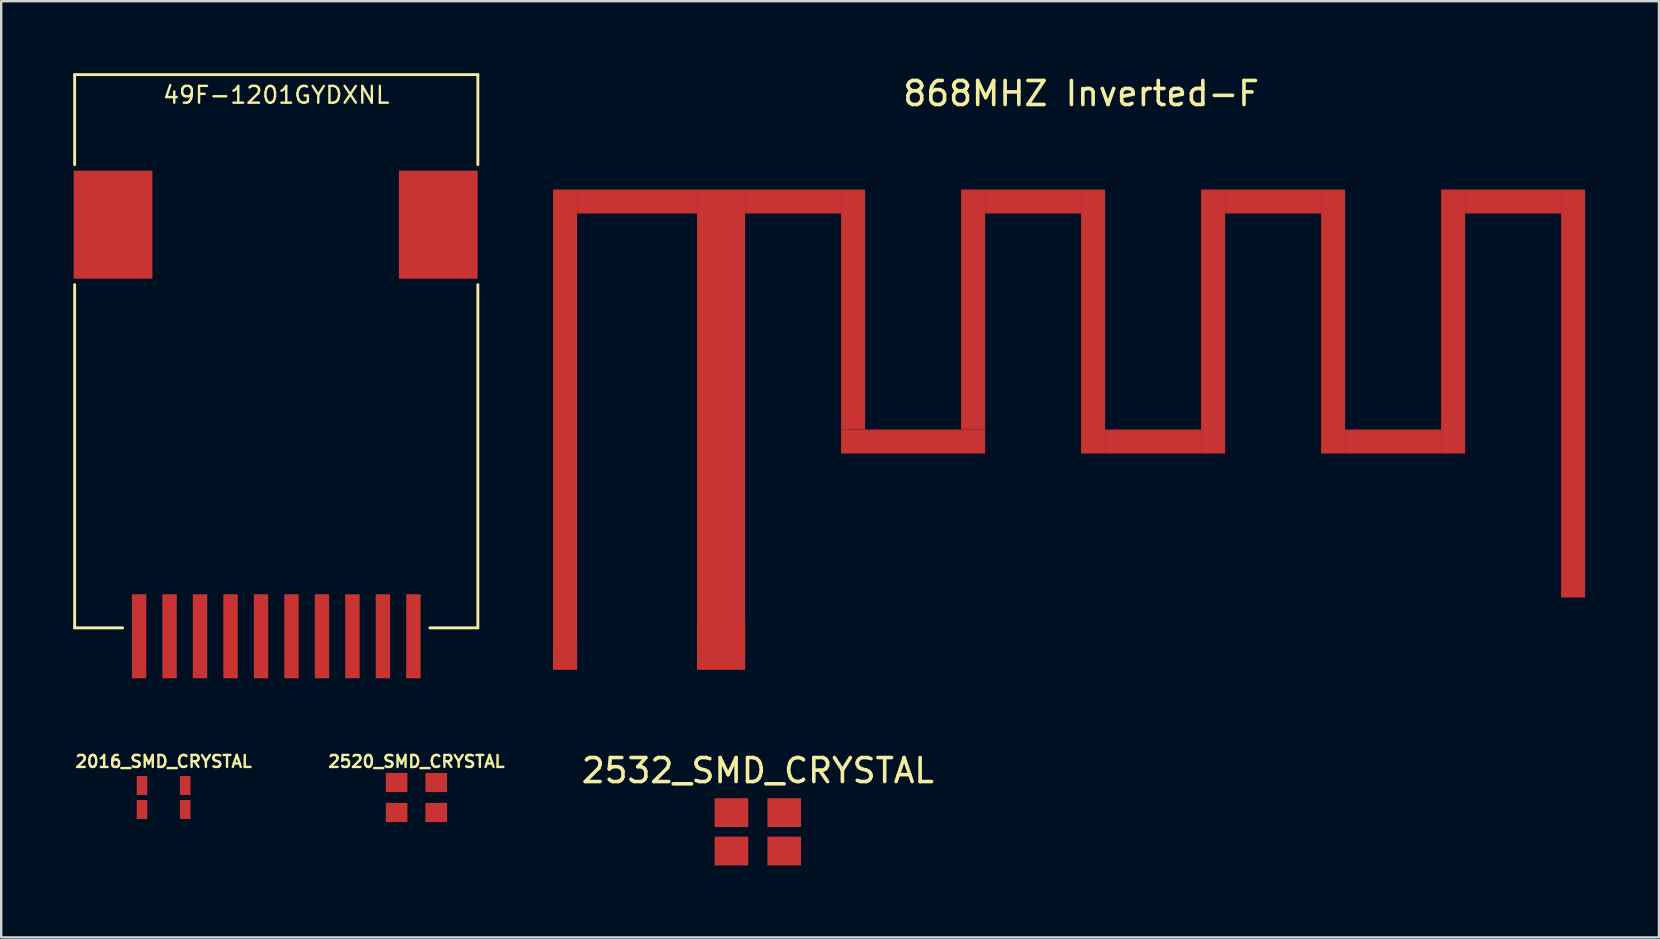
<source format=kicad_pcb>
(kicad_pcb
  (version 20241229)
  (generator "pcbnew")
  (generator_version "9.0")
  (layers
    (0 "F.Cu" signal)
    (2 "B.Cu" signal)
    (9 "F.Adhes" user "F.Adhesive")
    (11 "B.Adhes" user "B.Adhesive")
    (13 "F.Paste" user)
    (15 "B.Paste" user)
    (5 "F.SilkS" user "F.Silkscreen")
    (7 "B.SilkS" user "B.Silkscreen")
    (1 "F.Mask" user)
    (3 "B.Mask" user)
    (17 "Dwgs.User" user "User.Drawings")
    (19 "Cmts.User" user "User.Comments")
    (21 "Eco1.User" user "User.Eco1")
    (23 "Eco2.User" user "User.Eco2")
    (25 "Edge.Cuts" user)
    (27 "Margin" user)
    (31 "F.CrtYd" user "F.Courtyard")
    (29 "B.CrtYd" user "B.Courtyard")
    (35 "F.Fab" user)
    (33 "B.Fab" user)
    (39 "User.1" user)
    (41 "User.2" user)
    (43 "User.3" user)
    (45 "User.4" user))
  (footprint "2532_SMD_CRYSTAL"
    (layer "F.Cu")
    (at 28.525 31.608)
    (property "Reference" "2532_SMD_CRYSTAL" (at 0 -2.55 0) (layer "F.SilkS") (effects (font (size 1 1) (thickness 0.15))))
    (attr through_hole)
    (pad "1" smd rect (at -1.1 0.8) (size 1.4 1.2) (layers "F.Cu" "F.Mask" "F.Paste"))
    (pad "2" smd rect (at 1.1 0.8) (size 1.4 1.2) (layers "F.Cu" "F.Mask" "F.Paste"))
    (pad "3" smd rect (at 1.1 -0.8) (size 1.4 1.2) (layers "F.Cu" "F.Mask" "F.Paste"))
    (pad "4" smd rect (at -1.1 -0.8) (size 1.4 1.2) (layers "F.Cu" "F.Mask" "F.Paste")))
  (footprint "49F-1201GYDXNL"
    (layer "F.Cu")
    (at 8.46 6.31)
    (property "Reference" "49F-1201GYDXNL" (at 0 -5.4 0) (layer "F.SilkS") (effects (font (size 0.7 0.7) (thickness 0.1))))
    (attr through_hole)
    (fp_line (start -8.4 -6.25) (end -8.4 -2.5) (stroke (width 0.12) (type solid)) (layer "F.SilkS"))
    (fp_line (start -8.4 2.5) (end -8.4 16.8) (stroke (width 0.12) (type solid)) (layer "F.SilkS"))
    (fp_line (start -8.4 16.8) (end -6.4 16.8) (stroke (width 0.12) (type solid)) (layer "F.SilkS"))
    (fp_line (start 6.4 16.8) (end 8.4 16.8) (stroke (width 0.12) (type solid)) (layer "F.SilkS"))
    (fp_line (start 8.4 -6.25) (end -8.4 -6.25) (stroke (width 0.12) (type solid)) (layer "F.SilkS"))
    (fp_line (start 8.4 -2.5) (end 8.4 -6.25) (stroke (width 0.12) (type solid)) (layer "F.SilkS"))
    (fp_line (start 8.4 2.5) (end 8.4 16.8) (stroke (width 0.12) (type solid)) (layer "F.SilkS"))
    (fp_line (start -8.4 -4.6) (end -3.2 -4.6) (stroke (width 0.12) (type solid)) (layer "Eco1.User"))
    (fp_line (start -3.2 -4.6) (end -3.2 -6.25) (stroke (width 0.12) (type solid)) (layer "Eco1.User"))
    (fp_line (start 3.2 -4.6) (end 3.2 -6.25) (stroke (width 0.12) (type solid)) (layer "Eco1.User"))
    (fp_line (start 3.2 -4.6) (end 8.4 -4.6) (stroke (width 0.12) (type solid)) (layer "Eco1.User"))
    (fp_text user "Green" (at 5.8 -5.4 0) (layer "Eco1.User") (effects (font (size 1 1) (thickness 0.15))))
    (fp_text user "Yellow" (at -5.8 -5.4 0) (layer "Eco1.User") (effects (font (size 1 1) (thickness 0.15))))
    (pad "1" smd rect (at 3.175 17.15) (size 0.6 3.5) (layers "F.Cu" "F.Mask" "F.Paste"))
    (pad "2" smd rect (at 1.905 17.15) (size 0.6 3.5) (layers "F.Cu" "F.Mask" "F.Paste"))
    (pad "3" smd rect (at 0.635 17.15) (size 0.6 3.5) (layers "F.Cu" "F.Mask" "F.Paste"))
    (pad "6" smd rect (at -0.635 17.15) (size 0.6 3.5) (layers "F.Cu" "F.Mask" "F.Paste"))
    (pad "7" smd rect (at -1.905 17.15) (size 0.6 3.5) (layers "F.Cu" "F.Mask" "F.Paste"))
    (pad "8" smd rect (at -3.175 17.15) (size 0.6 3.5) (layers "F.Cu" "F.Mask" "F.Paste"))
    (pad "9" smd rect (at 5.715 17.15) (size 0.6 3.5) (layers "F.Cu" "F.Mask" "F.Paste"))
    (pad "10" smd rect (at 4.445 17.15) (size 0.6 3.5) (layers "F.Cu" "F.Mask" "F.Paste"))
    (pad "11" smd rect (at -4.445 17.15) (size 0.6 3.5) (layers "F.Cu" "F.Mask" "F.Paste"))
    (pad "12" smd rect (at -5.715 17.15) (size 0.6 3.5) (layers "F.Cu" "F.Mask" "F.Paste"))
    (pad "SH" smd rect (at -6.8 0) (size 3.28 4.5) (layers "F.Cu" "F.Mask" "F.Paste"))
    (pad "SH" smd rect (at 6.75 0) (size 3.28 4.5) (layers "F.Cu" "F.Mask" "F.Paste")))
  (footprint "868MHZ Inverted-F"
    (layer "F.Cu")
    (at 25.995 21.848)
    (property "Reference" "868MHZ Inverted-F" (at 16 -21 0) (layer "F.SilkS") (effects (font (size 1 1) (thickness 0.15))))
    (attr through_hole)
    (fp_poly (pts (xy -5 -17) (xy -6 -17) (xy -6 3) (xy -5 3)) (stroke (width 0) (type solid)) (fill yes) (layer "F.Cu"))
    (fp_poly (pts (xy 0 -17) (xy 0 -16) (xy -5 -16) (xy -5 -17)) (stroke (width 0) (type solid)) (fill yes) (layer "F.Cu"))
    (fp_poly (pts (xy 0 3) (xy 2 3) (xy 2 -17) (xy 0 -17)) (stroke (width 0) (type solid)) (fill yes) (layer "F.Cu"))
    (fp_poly (pts (xy 2 -17) (xy 6 -17) (xy 6 -16) (xy 2 -16)) (stroke (width 0) (type solid)) (fill yes) (layer "F.Cu"))
    (fp_poly (pts (xy 6 -17) (xy 6 -7) (xy 7 -7) (xy 7 -17)) (stroke (width 0) (type solid)) (fill yes) (layer "F.Cu"))
    (fp_poly (pts (xy 6 -7) (xy 12 -7) (xy 12 -6) (xy 6 -6)) (stroke (width 0) (type solid)) (fill yes) (layer "F.Cu"))
    (fp_poly (pts (xy 11 -7) (xy 11 -17) (xy 12 -17) (xy 12 -7)) (stroke (width 0) (type solid)) (fill yes) (layer "F.Cu"))
    (fp_poly (pts (xy 12 -17) (xy 16 -17) (xy 16 -16) (xy 12 -16)) (stroke (width 0) (type solid)) (fill yes) (layer "F.Cu"))
    (fp_poly (pts (xy 16 -17) (xy 16 -6) (xy 17 -6) (xy 17 -17)) (stroke (width 0) (type solid)) (fill yes) (layer "F.Cu"))
    (fp_poly (pts (xy 17 -7) (xy 21 -7) (xy 21 -6) (xy 17 -6)) (stroke (width 0) (type solid)) (fill yes) (layer "F.Cu"))
    (fp_poly (pts (xy 21 -6) (xy 22 -6) (xy 22 -17) (xy 21 -17)) (stroke (width 0) (type solid)) (fill yes) (layer "F.Cu"))
    (fp_poly (pts (xy 22 -17) (xy 26 -17) (xy 26 -16) (xy 22 -16)) (stroke (width 0) (type solid)) (fill yes) (layer "F.Cu"))
    (fp_poly (pts (xy 26 -17) (xy 26 -6) (xy 27 -6) (xy 27 -17)) (stroke (width 0) (type solid)) (fill yes) (layer "F.Cu"))
    (fp_poly (pts (xy 27 -7) (xy 31 -7) (xy 31 -6) (xy 27 -6)) (stroke (width 0) (type solid)) (fill yes) (layer "F.Cu"))
    (fp_poly (pts (xy 31 -6) (xy 32 -6) (xy 32 -17) (xy 31 -17)) (stroke (width 0) (type solid)) (fill yes) (layer "F.Cu"))
    (fp_poly (pts (xy 32 -17) (xy 36 -17) (xy 36 -16) (xy 32 -16)) (stroke (width 0) (type solid)) (fill yes) (layer "F.Cu"))
    (fp_poly (pts (xy 36 -17) (xy 36 -1) (xy 36 0) (xy 37 0) (xy 37 -17)) (stroke (width 0) (type solid)) (fill yes) (layer "F.Cu"))
    (fp_poly (pts (xy -5 -17) (xy -6 -17) (xy -6 3) (xy -5 3)) (stroke (width 0.15) (type solid)) (fill yes) (layer "F.Mask"))
    (fp_poly (pts (xy 0 -17) (xy 0 -16) (xy -5 -16) (xy -5 -17)) (stroke (width 0.15) (type solid)) (fill yes) (layer "F.Mask"))
    (fp_poly (pts (xy 0 3) (xy 2 3) (xy 2 -17) (xy 0 -17)) (stroke (width 0.15) (type solid)) (fill yes) (layer "F.Mask"))
    (fp_poly (pts (xy 2 -17) (xy 6 -17) (xy 6 -16) (xy 2 -16)) (stroke (width 0.15) (type solid)) (fill yes) (layer "F.Mask"))
    (fp_poly (pts (xy 6 -17) (xy 6 -7) (xy 7 -7) (xy 7 -17)) (stroke (width 0.15) (type solid)) (fill yes) (layer "F.Mask"))
    (fp_poly (pts (xy 6 -7) (xy 12 -7) (xy 12 -6) (xy 6 -6)) (stroke (width 0.15) (type solid)) (fill yes) (layer "F.Mask"))
    (fp_poly (pts (xy 11 -7) (xy 11 -17) (xy 12 -17) (xy 12 -7)) (stroke (width 0.15) (type solid)) (fill yes) (layer "F.Mask"))
    (fp_poly (pts (xy 12 -17) (xy 16 -17) (xy 16 -16) (xy 12 -16)) (stroke (width 0.15) (type solid)) (fill yes) (layer "F.Mask"))
    (fp_poly (pts (xy 16 -17) (xy 16 -6) (xy 17 -6) (xy 17 -17)) (stroke (width 0.15) (type solid)) (fill yes) (layer "F.Mask"))
    (fp_poly (pts (xy 17 -7) (xy 21 -7) (xy 21 -6) (xy 17 -6)) (stroke (width 0.15) (type solid)) (fill yes) (layer "F.Mask"))
    (fp_poly (pts (xy 21 -6) (xy 22 -6) (xy 22 -17) (xy 21 -17)) (stroke (width 0.15) (type solid)) (fill yes) (layer "F.Mask"))
    (fp_poly (pts (xy 22 -17) (xy 26 -17) (xy 26 -16) (xy 22 -16)) (stroke (width 0.15) (type solid)) (fill yes) (layer "F.Mask"))
    (fp_poly (pts (xy 26 -17) (xy 26 -6) (xy 27 -6) (xy 27 -17)) (stroke (width 0.15) (type solid)) (fill yes) (layer "F.Mask"))
    (fp_poly (pts (xy 27 -7) (xy 31 -7) (xy 31 -6) (xy 27 -6)) (stroke (width 0.15) (type solid)) (fill yes) (layer "F.Mask"))
    (fp_poly (pts (xy 31 -6) (xy 32 -6) (xy 32 -17) (xy 31 -17)) (stroke (width 0.15) (type solid)) (fill yes) (layer "F.Mask"))
    (fp_poly (pts (xy 32 -17) (xy 36 -17) (xy 36 -16) (xy 32 -16)) (stroke (width 0.15) (type solid)) (fill yes) (layer "F.Mask"))
    (fp_poly (pts (xy 36 -17) (xy 36 -1) (xy 36 0) (xy 37 0) (xy 37 -17)) (stroke (width 0.15) (type solid)) (fill yes) (layer "F.Mask"))
    (pad "1" smd rect (at 1 2) (size 2 2) (layers "F.Cu" "F.Mask" "F.Paste"))
    (pad "2" smd rect (at -5.5 2.5) (size 1 1) (layers "F.Cu" "F.Mask" "F.Paste")))
  (footprint "2520_SMD_CRYSTAL"
    (layer "F.Cu")
    (at 14.3 30.178)
    (property "Reference" "2520_SMD_CRYSTAL" (at 0 -1.5 0) (layer "F.SilkS") (effects (font (size 0.5 0.5) (thickness 0.1))))
    (attr through_hole)
    (fp_line (start -1.25 -1) (end 1.25 -1) (stroke (width 0.12) (type solid)) (layer "Eco1.User"))
    (fp_line (start -1.25 1) (end -1.25 -1) (stroke (width 0.12) (type solid)) (layer "Eco1.User"))
    (fp_line (start 1.25 -1) (end 1.25 1) (stroke (width 0.12) (type solid)) (layer "Eco1.User"))
    (fp_line (start 1.25 1) (end -1.25 1) (stroke (width 0.12) (type solid)) (layer "Eco1.User"))
    (pad "1" smd rect (at -0.825 0.625) (size 0.9 0.8) (layers "F.Cu" "F.Mask" "F.Paste"))
    (pad "2" smd rect (at 0.825 0.625) (size 0.9 0.8) (layers "F.Cu" "F.Mask" "F.Paste"))
    (pad "3" smd rect (at 0.825 -0.625) (size 0.9 0.8) (layers "F.Cu" "F.Mask" "F.Paste"))
    (pad "4" smd rect (at -0.825 -0.625) (size 0.9 0.8) (layers "F.Cu" "F.Mask" "F.Paste")))
  (footprint "2016_SMD_CRYSTAL"
    (layer "F.Cu")
    (at 3.767 30.178)
    (property "Reference" "2016_SMD_CRYSTAL" (at 0 -1.5 0) (layer "F.SilkS") (effects (font (size 0.5 0.5) (thickness 0.1))))
    (attr through_hole)
    (fp_line (start -1 -0.8) (end 1 -0.8) (stroke (width 0.12) (type solid)) (layer "Eco1.User"))
    (fp_line (start -1 0.8) (end -1 -0.8) (stroke (width 0.12) (type solid)) (layer "Eco1.User"))
    (fp_line (start -1 0.8) (end 1 0.8) (stroke (width 0.12) (type solid)) (layer "Eco1.User"))
    (fp_line (start 1 -0.8) (end 1 0.8) (stroke (width 0.12) (type solid)) (layer "Eco1.User"))
    (pad "1" smd rect (at -0.9 0.5) (size 0.44 0.79) (layers "F.Cu" "F.Mask" "F.Paste"))
    (pad "2" smd rect (at 0.9 0.5) (size 0.44 0.79) (layers "F.Cu" "F.Mask" "F.Paste"))
    (pad "3" smd rect (at 0.9 -0.5) (size 0.44 0.79) (layers "F.Cu" "F.Mask" "F.Paste"))
    (pad "4" smd rect (at -0.9 -0.5) (size 0.44 0.79) (layers "F.Cu" "F.Mask" "F.Paste")))
  (gr_rect
    (start -3 -3)
    (end 66.07 36.008)
    (stroke (width 0.1) (type default))
    (fill no)
    (layer "Edge.Cuts")))
</source>
